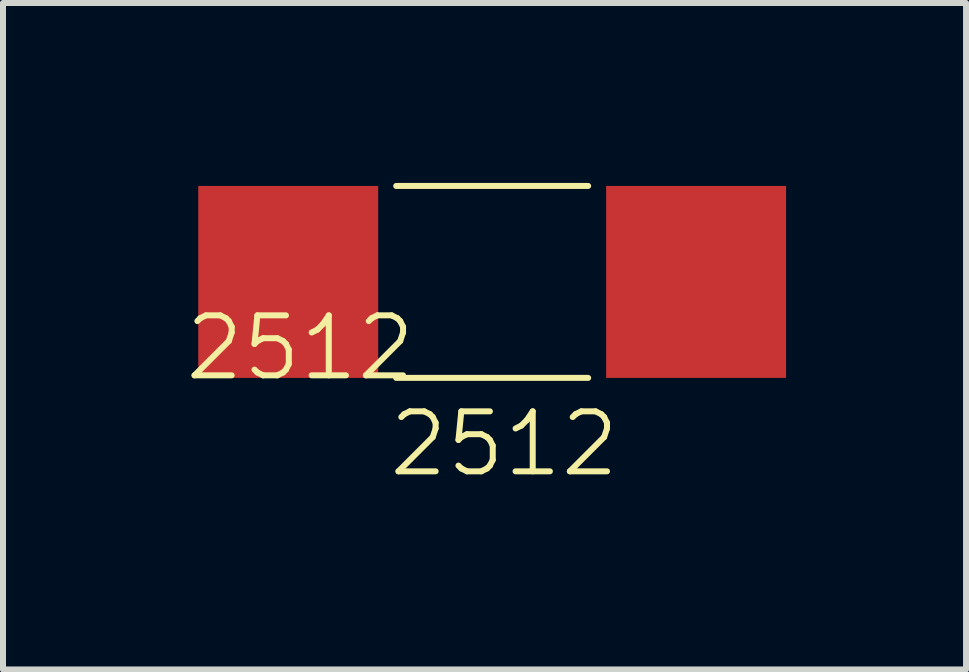
<source format=kicad_pcb>
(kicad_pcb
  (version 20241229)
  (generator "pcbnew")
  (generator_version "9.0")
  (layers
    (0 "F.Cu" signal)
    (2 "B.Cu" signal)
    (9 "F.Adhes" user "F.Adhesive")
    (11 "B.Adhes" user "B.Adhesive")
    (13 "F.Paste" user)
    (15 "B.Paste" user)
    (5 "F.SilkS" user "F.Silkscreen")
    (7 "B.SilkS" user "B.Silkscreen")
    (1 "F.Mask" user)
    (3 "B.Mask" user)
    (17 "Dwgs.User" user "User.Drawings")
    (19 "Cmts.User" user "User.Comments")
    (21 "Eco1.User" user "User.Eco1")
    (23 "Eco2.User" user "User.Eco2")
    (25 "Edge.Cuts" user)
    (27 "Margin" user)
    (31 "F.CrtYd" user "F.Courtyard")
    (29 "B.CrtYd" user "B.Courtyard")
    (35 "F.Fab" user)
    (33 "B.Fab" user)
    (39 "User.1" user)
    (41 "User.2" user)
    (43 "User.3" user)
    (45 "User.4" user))
  (footprint "2512"
    (layer "F.Cu")
    (at 1.955 3.25)
    (property "Reference" "2512" (at 0 -0.5 0) (unlocked yes) (layer "F.SilkS") (effects (font (size 1 1) (thickness 0.1))))
    (attr smd)
    (fp_line (start 1.6 0) (end 4.8 0) (stroke (width 0.1) (type default)) (layer "F.SilkS"))
    (fp_line (start 4.8 -3.2) (end 1.6 -3.2) (stroke (width 0.1) (type default)) (layer "F.SilkS"))
    (fp_text user "${REFERENCE}" (at 3.4 1.1 0) (unlocked yes) (layer "F.SilkS") (effects (font (size 1 1) (thickness 0.1))))
    (pad "1" smd rect (at -0.2 -1.6) (size 3 3.2) (layers "F.Cu" "F.Mask" "F.Paste"))
    (pad "2" smd rect (at 6.6 -1.6) (size 3 3.2) (layers "F.Cu" "F.Mask" "F.Paste")))
  (gr_rect
    (start -3 -3)
    (end 13.055 8.111)
    (stroke (width 0.1) (type default))
    (fill no)
    (layer "Edge.Cuts")))
</source>
